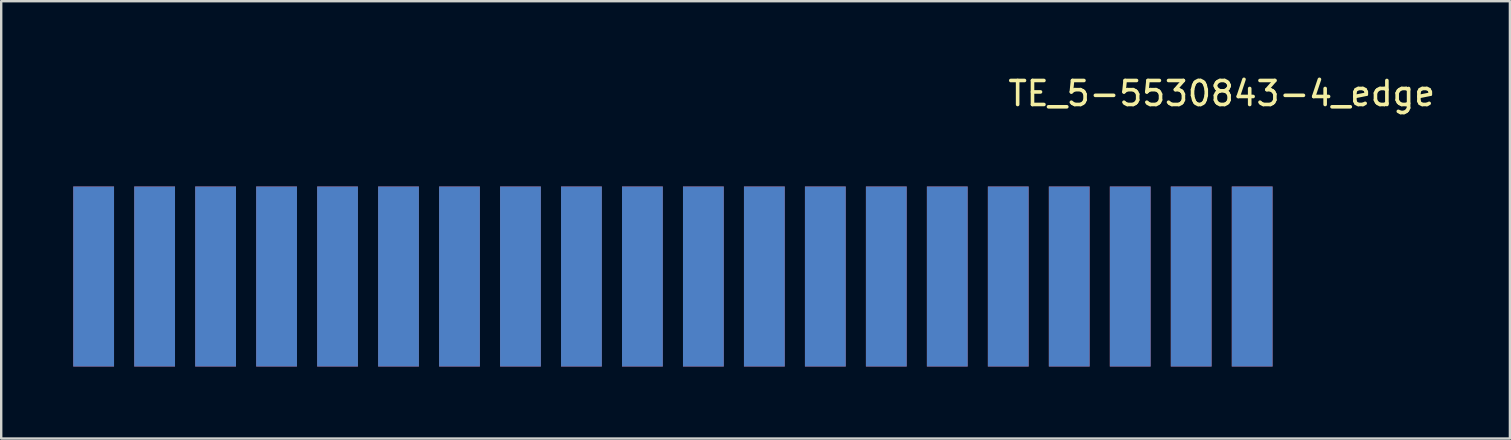
<source format=kicad_pcb>
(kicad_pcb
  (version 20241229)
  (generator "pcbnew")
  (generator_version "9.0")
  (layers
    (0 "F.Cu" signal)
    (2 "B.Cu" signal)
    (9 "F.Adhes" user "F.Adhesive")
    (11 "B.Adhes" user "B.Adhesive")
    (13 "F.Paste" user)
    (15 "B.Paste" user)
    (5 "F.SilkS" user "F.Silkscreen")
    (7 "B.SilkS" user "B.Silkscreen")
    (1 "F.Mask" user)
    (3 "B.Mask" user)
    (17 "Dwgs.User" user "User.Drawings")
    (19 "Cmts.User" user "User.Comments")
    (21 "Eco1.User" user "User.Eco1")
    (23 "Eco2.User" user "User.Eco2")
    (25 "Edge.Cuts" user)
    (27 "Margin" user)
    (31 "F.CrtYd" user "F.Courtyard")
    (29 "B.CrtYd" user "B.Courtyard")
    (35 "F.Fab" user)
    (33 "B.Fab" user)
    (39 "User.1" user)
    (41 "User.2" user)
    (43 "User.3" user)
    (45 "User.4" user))
  (footprint "TE_5-5530843-4_edge"
    (layer "F.Cu")
    (at 49.11 8.468)
    (property "Reference" "TE_5-5530843-4_edge" (at -1.27 -7.62 0) (layer "F.SilkS") (effects (font (size 1 1) (thickness 0.15))))
    (attr through_hole)
    (pad "1" smd rect (at 0 0) (size 1.7 7.5) (layers "B.Cu" "B.Mask" "B.Paste"))
    (pad "2" smd rect (at 0 0) (size 1.7 7.5) (layers "F.Cu" "F.Mask" "F.Paste"))
    (pad "3" smd rect (at -2.54 0) (size 1.7 7.5) (layers "B.Cu" "B.Mask" "B.Paste"))
    (pad "4" smd rect (at -2.54 0) (size 1.7 7.5) (layers "F.Cu" "F.Mask" "F.Paste"))
    (pad "5" smd rect (at -5.08 0) (size 1.7 7.5) (layers "B.Cu" "B.Mask" "B.Paste"))
    (pad "6" smd rect (at -5.08 0) (size 1.7 7.5) (layers "F.Cu" "F.Mask" "F.Paste"))
    (pad "7" smd rect (at -7.62 0) (size 1.7 7.5) (layers "B.Cu" "B.Mask" "B.Paste"))
    (pad "8" smd rect (at -7.62 0) (size 1.7 7.5) (layers "F.Cu" "F.Mask" "F.Paste"))
    (pad "9" smd rect (at -10.16 0) (size 1.7 7.5) (layers "B.Cu" "B.Mask" "B.Paste"))
    (pad "10" smd rect (at -10.16 0) (size 1.7 7.5) (layers "F.Cu" "F.Mask" "F.Paste"))
    (pad "11" smd rect (at -12.7 0) (size 1.7 7.5) (layers "B.Cu" "B.Mask" "B.Paste"))
    (pad "12" smd rect (at -12.7 0) (size 1.7 7.5) (layers "F.Cu" "F.Mask" "F.Paste"))
    (pad "13" smd rect (at -15.24 0) (size 1.7 7.5) (layers "B.Cu" "B.Mask" "B.Paste"))
    (pad "14" smd rect (at -15.24 0) (size 1.7 7.5) (layers "F.Cu" "F.Mask" "F.Paste"))
    (pad "15" smd rect (at -17.78 0) (size 1.7 7.5) (layers "B.Cu" "B.Mask" "B.Paste"))
    (pad "16" smd rect (at -17.78 0) (size 1.7 7.5) (layers "F.Cu" "F.Mask" "F.Paste"))
    (pad "17" smd rect (at -20.32 0) (size 1.7 7.5) (layers "B.Cu" "B.Mask" "B.Paste"))
    (pad "18" smd rect (at -20.32 0) (size 1.7 7.5) (layers "F.Cu" "F.Mask" "F.Paste"))
    (pad "19" smd rect (at -22.86 0) (size 1.7 7.5) (layers "B.Cu" "B.Mask" "B.Paste"))
    (pad "20" smd rect (at -22.86 0) (size 1.7 7.5) (layers "F.Cu" "F.Mask" "F.Paste"))
    (pad "21" smd rect (at -25.4 0) (size 1.7 7.5) (layers "B.Cu" "B.Mask" "B.Paste"))
    (pad "22" smd rect (at -25.4 0) (size 1.7 7.5) (layers "F.Cu" "F.Mask" "F.Paste"))
    (pad "23" smd rect (at -27.94 0) (size 1.7 7.5) (layers "B.Cu" "B.Mask" "B.Paste"))
    (pad "24" smd rect (at -27.94 0) (size 1.7 7.5) (layers "F.Cu" "F.Mask" "F.Paste"))
    (pad "25" smd rect (at -30.48 0) (size 1.7 7.5) (layers "B.Cu" "B.Mask" "B.Paste"))
    (pad "26" smd rect (at -30.48 0) (size 1.7 7.5) (layers "F.Cu" "F.Mask" "F.Paste"))
    (pad "27" smd rect (at -33.02 0) (size 1.7 7.5) (layers "B.Cu" "B.Mask" "B.Paste"))
    (pad "28" smd rect (at -33.02 0) (size 1.7 7.5) (layers "F.Cu" "F.Mask" "F.Paste"))
    (pad "29" smd rect (at -35.56 0) (size 1.7 7.5) (layers "B.Cu" "B.Mask" "B.Paste"))
    (pad "30" smd rect (at -35.56 0) (size 1.7 7.5) (layers "F.Cu" "F.Mask" "F.Paste"))
    (pad "31" smd rect (at -38.1 0) (size 1.7 7.5) (layers "B.Cu" "B.Mask" "B.Paste"))
    (pad "32" smd rect (at -38.1 0) (size 1.7 7.5) (layers "F.Cu" "F.Mask" "F.Paste"))
    (pad "33" smd rect (at -40.64 0) (size 1.7 7.5) (layers "B.Cu" "B.Mask" "B.Paste"))
    (pad "34" smd rect (at -40.64 0) (size 1.7 7.5) (layers "F.Cu" "F.Mask" "F.Paste"))
    (pad "35" smd rect (at -43.18 0) (size 1.7 7.5) (layers "B.Cu" "B.Mask" "B.Paste"))
    (pad "36" smd rect (at -43.18 0) (size 1.7 7.5) (layers "F.Cu" "F.Mask" "F.Paste"))
    (pad "37" smd rect (at -45.72 0) (size 1.7 7.5) (layers "B.Cu" "B.Mask" "B.Paste"))
    (pad "38" smd rect (at -45.72 0) (size 1.7 7.5) (layers "F.Cu" "F.Mask" "F.Paste"))
    (pad "39" smd rect (at -48.26 0) (size 1.7 7.5) (layers "B.Cu" "B.Mask" "B.Paste"))
    (pad "40" smd rect (at -48.26 0) (size 1.7 7.5) (layers "F.Cu" "F.Mask" "F.Paste")))
  (gr_rect
    (start -3 -3)
    (end 59.846 15.218)
    (stroke (width 0.1) (type default))
    (fill no)
    (layer "Edge.Cuts")))
</source>
